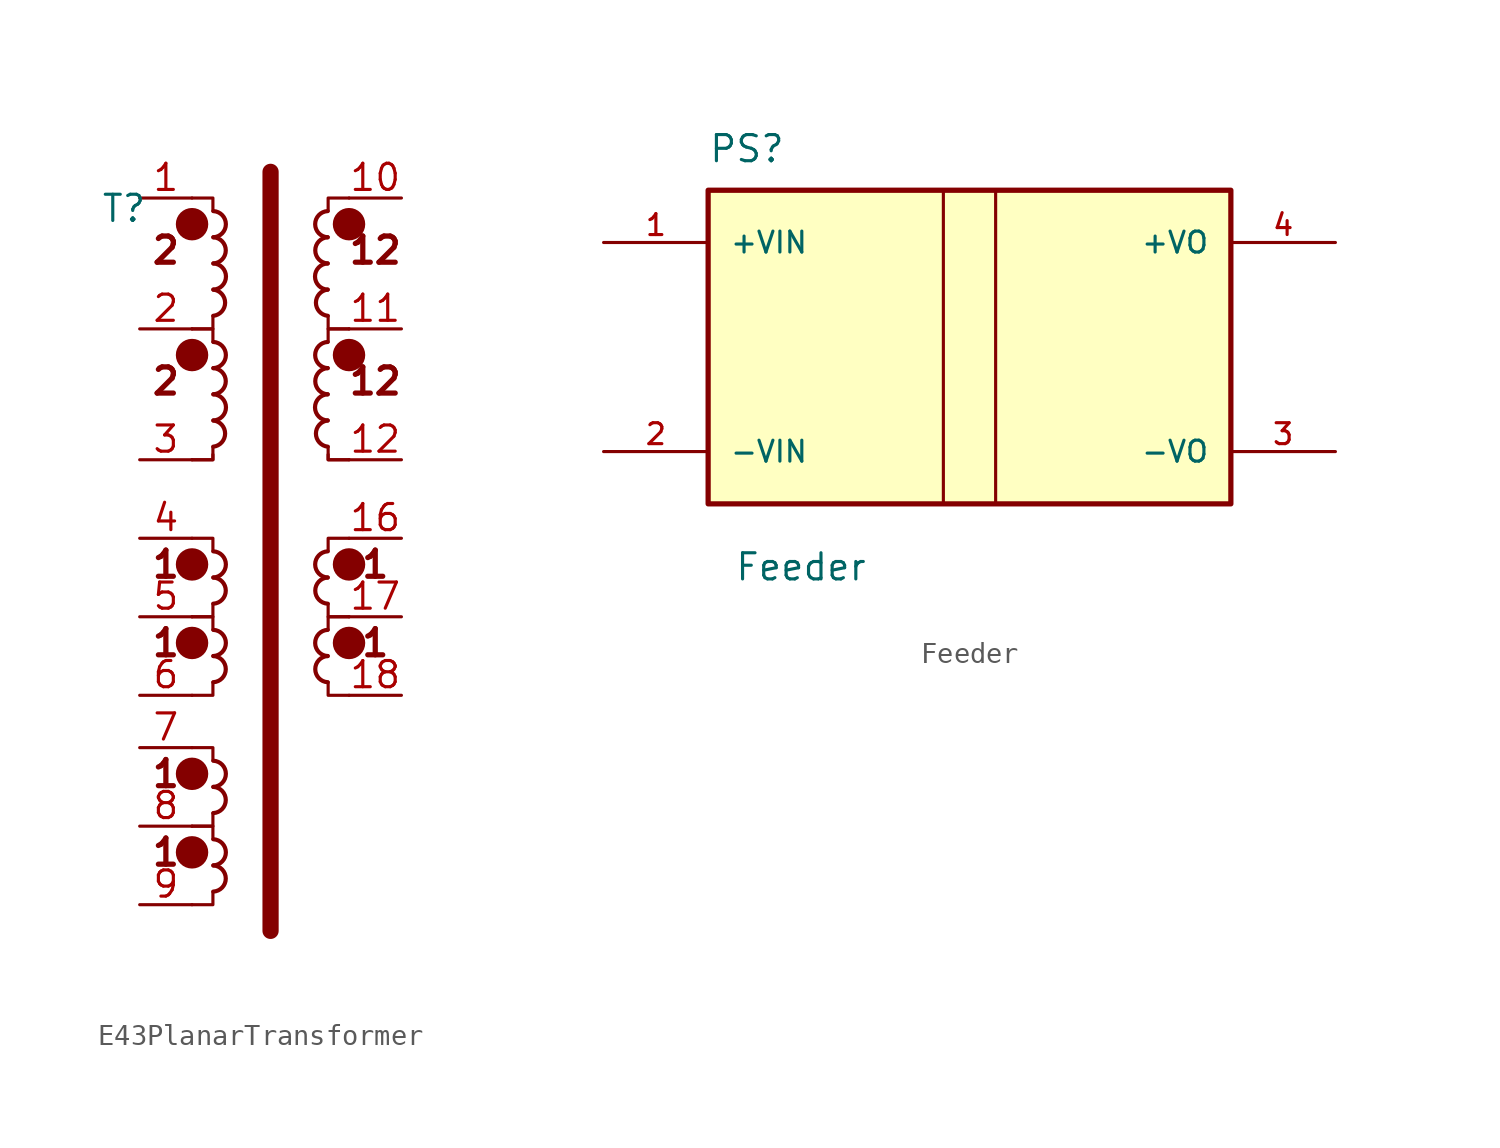
<source format=kicad_sym>
(kicad_symbol_lib
  (version 20241209)
  (generator "kicad_symbol_editor")
  (generator_version "9.0")
  (symbol "E43PlanarTransformer"
    (property "Reference" "T"
      (at -0.762 -0.508 0)
      (effects (font (size 1.27 1.27))))
    (property "Value" ""
      (at -0.762 -0.508 0)
      (effects (font (size 1.27 1.27))))
    (symbol "E43PlanarTransformer_0_0"
      (text "2" (at 1.27 -2.54 0) (effects (font (size 1.27 1.27) (bold yes)))))
    (symbol "E43PlanarTransformer_0_1"
      (polyline (pts (xy 6.35 -35.56) (xy 6.35 1.27)) (stroke (width 0.787) (type solid)) (fill (type none))))
    (symbol "E43PlanarTransformer_1_1"
      (circle (center 2.54 -1.27) (radius 0.0001) (stroke (width 0.787) (type solid)) (fill (type none)))
      (circle (center 2.54 -7.62) (radius 0.0001) (stroke (width 0.787) (type solid)) (fill (type none)))
      (circle (center 2.54 -17.78) (radius 0.0001) (stroke (width 0.787) (type solid)) (fill (type none)))
      (circle (center 2.54 -21.59) (radius 0.0001) (stroke (width 0.787) (type solid)) (fill (type none)))
      (circle (center 2.54 -27.94) (radius 0.0001) (stroke (width 0.787) (type solid)) (fill (type none)))
      (circle (center 2.54 -31.75) (radius 0.0001) (stroke (width 0.787) (type solid)) (fill (type none)))
      (arc (start 3.5769 -4.4451) (mid 4.1457 -5.0817) (end 3.5736 -5.7151) (stroke (width 0.2032) (type solid)) (fill (type none)))
      (arc (start 3.5769 -10.7951) (mid 4.1457 -11.4317) (end 3.5736 -12.0651) (stroke (width 0.2032) (type solid)) (fill (type none)))
      (arc (start 3.5769 -1.9051) (mid 4.1779 -2.5417) (end 3.5736 -3.1751) (stroke (width 0.2032) (type solid)) (fill (type none)))
      (arc (start 3.5769 -8.2551) (mid 4.1779 -8.8917) (end 3.5736 -9.5251) (stroke (width 0.2032) (type solid)) (fill (type none)))
      (arc (start 3.5769 -18.4151) (mid 4.1779 -19.0517) (end 3.5736 -19.6851) (stroke (width 0.2032) (type solid)) (fill (type none)))
      (arc (start 3.5769 -22.2251) (mid 4.1779 -22.8617) (end 3.5736 -23.4951) (stroke (width 0.2032) (type solid)) (fill (type none)))
      (arc (start 3.5769 -28.5751) (mid 4.1779 -29.2117) (end 3.5736 -29.8451) (stroke (width 0.2032) (type solid)) (fill (type none)))
      (arc (start 3.5769 -32.3851) (mid 4.1779 -33.0217) (end 3.5736 -33.6551) (stroke (width 0.2032) (type solid)) (fill (type none)))
      (arc (start 3.5769 -0.6351) (mid 4.1826 -1.2717) (end 3.5736 -1.9051) (stroke (width 0.2032) (type solid)) (fill (type none)))
      (arc (start 3.5769 -6.9851) (mid 4.1826 -7.6217) (end 3.5736 -8.2551) (stroke (width 0.2032) (type solid)) (fill (type none)))
      (arc (start 3.5769 -17.1451) (mid 4.1826 -17.7817) (end 3.5736 -18.4151) (stroke (width 0.2032) (type solid)) (fill (type none)))
      (arc (start 3.5769 -20.9551) (mid 4.1826 -21.5917) (end 3.5736 -22.2251) (stroke (width 0.2032) (type solid)) (fill (type none)))
      (arc (start 3.5769 -27.3051) (mid 4.1826 -27.9417) (end 3.5736 -28.5751) (stroke (width 0.2032) (type solid)) (fill (type none)))
      (arc (start 3.5769 -31.1151) (mid 4.1826 -31.7517) (end 3.5736 -32.3851) (stroke (width 0.2032) (type solid)) (fill (type none)))
      (polyline (pts (xy 3.553 -0.635) (xy 3.553 0) (xy 2.537 0) (xy 2.537 0)) (stroke (width 0) (type solid)) (fill (type none)))
      (polyline (pts (xy 3.553 -5.715) (xy 3.553 -6.35) (xy 2.537 -6.35) (xy 2.537 -6.35)) (stroke (width 0) (type solid)) (fill (type none)))
      (polyline (pts (xy 3.553 -6.985) (xy 3.553 -6.35) (xy 2.537 -6.35)) (stroke (width 0) (type solid)) (fill (type none)))
      (polyline (pts (xy 3.553 -12.065) (xy 3.553 -12.7) (xy 2.537 -12.7) (xy 2.537 -12.7)) (stroke (width 0) (type solid)) (fill (type none)))
      (polyline (pts (xy 3.553 -12.446) (xy 3.553 -12.7) (xy 2.537 -12.7) (xy 2.537 -12.7)) (stroke (width 0) (type solid)) (fill (type none)))
      (polyline (pts (xy 3.553 -17.145) (xy 3.553 -16.51) (xy 2.537 -16.51)) (stroke (width 0) (type solid)) (fill (type none)))
      (polyline (pts (xy 3.553 -19.685) (xy 3.553 -20.32) (xy 2.537 -20.32)) (stroke (width 0) (type solid)) (fill (type none)))
      (polyline (pts (xy 3.553 -20.955) (xy 3.553 -20.32) (xy 2.537 -20.32)) (stroke (width 0) (type solid)) (fill (type none)))
      (polyline (pts (xy 3.553 -23.495) (xy 3.553 -24.13) (xy 2.537 -24.13)) (stroke (width 0) (type solid)) (fill (type none)))
      (polyline (pts (xy 3.553 -27.305) (xy 3.553 -26.67) (xy 2.537 -26.67)) (stroke (width 0) (type solid)) (fill (type none)))
      (polyline (pts (xy 3.553 -29.845) (xy 3.553 -30.48) (xy 2.537 -30.48)) (stroke (width 0) (type solid)) (fill (type none)))
      (polyline (pts (xy 3.553 -31.115) (xy 3.553 -30.48) (xy 2.537 -30.48)) (stroke (width 0) (type solid)) (fill (type none)))
      (polyline (pts (xy 3.553 -33.655) (xy 3.553 -34.29) (xy 2.537 -34.29)) (stroke (width 0) (type solid)) (fill (type none)))
      (arc (start 3.5769 -3.1751) (mid 4.1883 -3.8117) (end 3.5736 -4.4451) (stroke (width 0.2032) (type solid)) (fill (type none)))
      (arc (start 3.5769 -9.5251) (mid 4.1883 -10.1617) (end 3.5736 -10.7951) (stroke (width 0.2032) (type solid)) (fill (type none)))
      (polyline (pts (xy 9.144 -0.635) (xy 9.144 0) (xy 10.16 0) (xy 10.16 0)) (stroke (width 0) (type solid)) (fill (type none)))
      (arc (start 9.1231 -4.4451) (mid 8.5086 -3.8117) (end 9.1198 -3.1751) (stroke (width 0.2032) (type solid)) (fill (type none)))
      (polyline (pts (xy 9.144 -5.715) (xy 9.144 -6.35) (xy 10.16 -6.35) (xy 10.16 -6.35)) (stroke (width 0) (type solid)) (fill (type none)))
      (polyline (pts (xy 9.144 -6.985) (xy 9.144 -6.35) (xy 10.16 -6.35)) (stroke (width 0) (type solid)) (fill (type none)))
      (arc (start 9.1231 -10.7951) (mid 8.5086 -10.1617) (end 9.1198 -9.5251) (stroke (width 0.2032) (type solid)) (fill (type none)))
      (polyline (pts (xy 9.144 -12.065) (xy 9.144 -12.7) (xy 10.16 -12.7) (xy 10.16 -12.7)) (stroke (width 0) (type solid)) (fill (type none)))
      (polyline (pts (xy 9.144 -12.446) (xy 9.144 -12.7) (xy 10.16 -12.7) (xy 10.16 -12.7)) (stroke (width 0) (type solid)) (fill (type none)))
      (polyline (pts (xy 9.144 -17.145) (xy 9.144 -16.51) (xy 10.16 -16.51)) (stroke (width 0) (type solid)) (fill (type none)))
      (polyline (pts (xy 9.144 -19.685) (xy 9.144 -20.32) (xy 10.16 -20.32)) (stroke (width 0) (type solid)) (fill (type none)))
      (polyline (pts (xy 9.144 -20.955) (xy 9.144 -20.32) (xy 10.16 -20.32)) (stroke (width 0) (type solid)) (fill (type none)))
      (polyline (pts (xy 9.144 -23.495) (xy 9.144 -24.13) (xy 10.16 -24.13)) (stroke (width 0) (type solid)) (fill (type none)))
      (arc (start 9.1231 -1.9051) (mid 8.5143 -1.2717) (end 9.1198 -0.6351) (stroke (width 0.2032) (type solid)) (fill (type none)))
      (arc (start 9.1231 -8.2551) (mid 8.5143 -7.6217) (end 9.1198 -6.9851) (stroke (width 0.2032) (type solid)) (fill (type none)))
      (arc (start 9.1231 -18.4151) (mid 8.5143 -17.7817) (end 9.1198 -17.1451) (stroke (width 0.2032) (type solid)) (fill (type none)))
      (arc (start 9.1231 -22.2251) (mid 8.5143 -21.5917) (end 9.1198 -20.9551) (stroke (width 0.2032) (type solid)) (fill (type none)))
      (arc (start 9.1231 -3.1751) (mid 8.5191 -2.5417) (end 9.1198 -1.9051) (stroke (width 0.2032) (type solid)) (fill (type none)))
      (arc (start 9.1231 -9.5251) (mid 8.5191 -8.8917) (end 9.1198 -8.2551) (stroke (width 0.2032) (type solid)) (fill (type none)))
      (arc (start 9.1231 -19.6851) (mid 8.5191 -19.0517) (end 9.1198 -18.4151) (stroke (width 0.2032) (type solid)) (fill (type none)))
      (arc (start 9.1231 -23.4951) (mid 8.5191 -22.8617) (end 9.1198 -22.2251) (stroke (width 0.2032) (type solid)) (fill (type none)))
      (arc (start 9.1231 -5.7151) (mid 8.5514 -5.0817) (end 9.1198 -4.4451) (stroke (width 0.2032) (type solid)) (fill (type none)))
      (arc (start 9.1231 -12.0651) (mid 8.5514 -11.4317) (end 9.1198 -10.7951) (stroke (width 0.2032) (type solid)) (fill (type none)))
      (circle (center 10.157 -1.27) (radius 0.0001) (stroke (width 0.787) (type solid)) (fill (type none)))
      (circle (center 10.157 -7.62) (radius 0.0001) (stroke (width 0.787) (type solid)) (fill (type none)))
      (circle (center 10.157 -17.78) (radius 0.0001) (stroke (width 0.787) (type solid)) (fill (type none)))
      (circle (center 10.157 -21.59) (radius 0.0001) (stroke (width 0.787) (type solid)) (fill (type none)))
      (text "2" (at 1.27 -8.89 0) (effects (font (size 1.27 1.27) (bold yes))))
      (text "1" (at 1.27 -17.78 0) (effects (font (size 1.27 1.27) (bold yes))))
      (text "1" (at 1.27 -21.59 0) (effects (font (size 1.27 1.27) (bold yes))))
      (text "1" (at 1.27 -27.94 0) (effects (font (size 1.27 1.27) (bold yes))))
      (text "1" (at 1.27 -31.75 0) (effects (font (size 1.27 1.27) (bold yes))))
      (text "12" (at 11.43 -2.54 0) (effects (font (size 1.27 1.27) (bold yes))))
      (text "12" (at 11.43 -8.89 0) (effects (font (size 1.27 1.27) (bold yes))))
      (text "1" (at 11.43 -17.78 0) (effects (font (size 1.27 1.27) (bold yes))))
      (text "1" (at 11.43 -21.59 0) (effects (font (size 1.27 1.27) (bold yes))))
      (pin passive line (at 0 0 0) (length 2.54) (name "~" (effects (font (size 1.27 1.27)))) (number "1" (effects (font (size 1.27 1.27)))))
      (pin passive line (at 0 -6.35 0) (length 2.54) (name "~" (effects (font (size 1.27 1.27)))) (number "2" (effects (font (size 1.27 1.27)))))
      (pin passive line (at 0 -12.7 0) (length 2.54) (name "~" (effects (font (size 1.27 1.27)))) (number "3" (effects (font (size 1.27 1.27)))))
      (pin passive line (at 0 -16.51 0) (length 2.54) (name "~" (effects (font (size 1.27 1.27)))) (number "4" (effects (font (size 1.27 1.27)))))
      (pin passive line (at 0 -20.32 0) (length 2.54) (name "~" (effects (font (size 1.27 1.27)))) (number "5" (effects (font (size 1.27 1.27)))))
      (pin passive line (at 0 -24.13 0) (length 2.54) (name "~" (effects (font (size 1.27 1.27)))) (number "6" (effects (font (size 1.27 1.27)))))
      (pin passive line (at 0 -26.67 0) (length 2.54) (name "~" (effects (font (size 1.27 1.27)))) (number "7" (effects (font (size 1.27 1.27)))))
      (pin passive line (at 0 -30.48 0) (length 2.54) (name "~" (effects (font (size 1.27 1.27)))) (number "8" (effects (font (size 1.27 1.27)))))
      (pin passive line (at 0 -34.29 0) (length 2.54) (name "~" (effects (font (size 1.27 1.27)))) (number "9" (effects (font (size 1.27 1.27)))))
      (pin passive line (at 12.7 0 180) (length 2.54) (name "~" (effects (font (size 1.27 1.27)))) (number "10" (effects (font (size 1.27 1.27)))))
      (pin passive line (at 12.7 -6.35 180) (length 2.54) (name "~" (effects (font (size 1.27 1.27)))) (number "11" (effects (font (size 1.27 1.27)))))
      (pin passive line (at 12.7 -12.7 180) (length 2.54) (name "~" (effects (font (size 1.27 1.27)))) (number "12" (effects (font (size 1.27 1.27)))))
      (pin passive line (at 12.7 -16.51 180) (length 2.54) (name "~" (effects (font (size 1.27 1.27)))) (number "16" (effects (font (size 1.27 1.27)))))
      (pin passive line (at 12.7 -20.32 180) (length 2.54) (name "~" (effects (font (size 1.27 1.27)))) (number "17" (effects (font (size 1.27 1.27)))))
      (pin passive line (at 12.7 -24.13 180) (length 2.54) (name "~" (effects (font (size 1.27 1.27)))) (number "18" (effects (font (size 1.27 1.27)))))))
  (symbol "Feeder"
    (pin_names
      (offset 1.016))
    (property "Reference" "PS"
      (at -12.7 8.89 0)
      (effects (font (size 1.27 1.27)) (justify left bottom)))
    (property "Value" "Feeder"
      (at -11.43 -11.43 0)
      (effects (font (size 1.27 1.27)) (justify left bottom)))
    (symbol "Feeder_0_0"
      (rectangle (start -12.7 -7.62) (end 12.7 7.62) (stroke (width 0.254) (type default)) (fill (type background)))
      (pin input line (at -17.78 5.08 0) (length 5.08) (name "+VIN" (effects (font (size 1.016 1.016)))) (number "1" (effects (font (size 1.016 1.016)))))
      (pin input line (at -17.78 -5.08 0) (length 5.08) (name "-VIN" (effects (font (size 1.016 1.016)))) (number "2" (effects (font (size 1.016 1.016)))))
      (pin output line (at 17.78 5.08 180) (length 5.08) (name "+VO" (effects (font (size 1.016 1.016)))) (number "4" (effects (font (size 1.016 1.016)))))
      (pin output line (at 17.78 -5.08 180) (length 5.08) (name "-VO" (effects (font (size 1.016 1.016)))) (number "3" (effects (font (size 1.016 1.016))))))
    (symbol "Feeder_0_1"
      (polyline (pts (xy -1.27 7.62) (xy -1.27 -7.62)) (stroke (width 0) (type default)) (fill (type none)))
      (polyline (pts (xy 1.27 7.62) (xy 1.27 -7.62)) (stroke (width 0) (type default)) (fill (type none))))))
</source>
